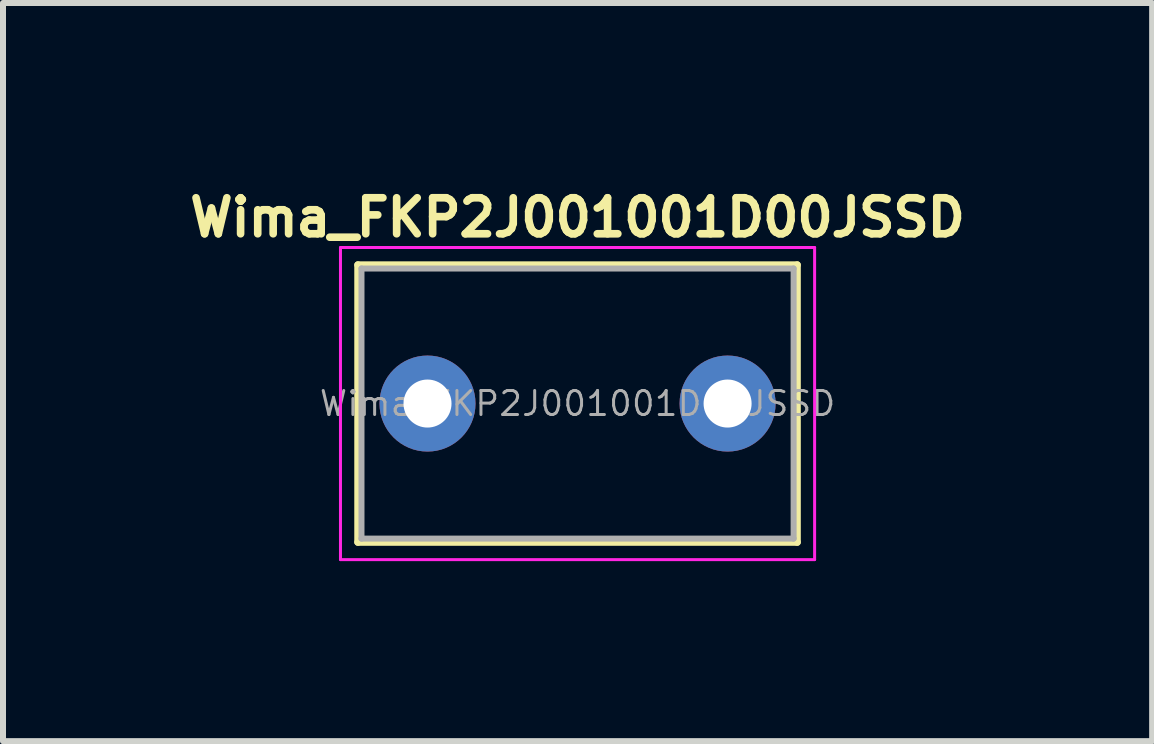
<source format=kicad_pcb>
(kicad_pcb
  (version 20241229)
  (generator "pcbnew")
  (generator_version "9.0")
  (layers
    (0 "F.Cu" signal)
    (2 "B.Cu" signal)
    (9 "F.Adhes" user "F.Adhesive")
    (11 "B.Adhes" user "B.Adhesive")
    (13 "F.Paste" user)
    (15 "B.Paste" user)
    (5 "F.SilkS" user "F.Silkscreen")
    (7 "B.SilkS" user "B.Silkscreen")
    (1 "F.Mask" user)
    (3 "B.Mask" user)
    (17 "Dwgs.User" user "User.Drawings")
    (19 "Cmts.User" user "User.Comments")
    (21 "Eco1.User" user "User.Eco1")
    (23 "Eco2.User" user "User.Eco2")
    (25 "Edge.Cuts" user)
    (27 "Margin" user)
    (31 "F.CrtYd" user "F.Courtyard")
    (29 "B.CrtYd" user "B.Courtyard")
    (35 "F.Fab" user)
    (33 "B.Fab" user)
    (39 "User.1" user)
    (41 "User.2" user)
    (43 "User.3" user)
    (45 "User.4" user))
  (footprint "Wima_FKP2J001001D00JSSD"
    (layer "F.Cu")
    (at 6.573 3.674)
    (property "Reference" "Wima_FKP2J001001D00JSSD" (at 0 -3.1 0) (layer "F.SilkS") (effects (font (size 0.6 0.6) (thickness 0.127))))
    (attr through_hole)
    (fp_line (start -3.66 -2.31) (end -3.66 2.31) (stroke (width 0.12) (type solid)) (layer "F.SilkS"))
    (fp_line (start -3.66 -2.31) (end 3.66 -2.31) (stroke (width 0.12) (type solid)) (layer "F.SilkS"))
    (fp_line (start -3.66 2.31) (end 3.66 2.31) (stroke (width 0.12) (type solid)) (layer "F.SilkS"))
    (fp_line (start 3.66 -2.31) (end 3.66 2.31) (stroke (width 0.12) (type solid)) (layer "F.SilkS"))
    (fp_line (start -3.95 -2.6) (end -3.95 2.6) (stroke (width 0.05) (type solid)) (layer "F.CrtYd"))
    (fp_line (start -3.95 2.6) (end 3.95 2.6) (stroke (width 0.05) (type solid)) (layer "F.CrtYd"))
    (fp_line (start 3.95 -2.6) (end -3.95 -2.6) (stroke (width 0.05) (type solid)) (layer "F.CrtYd"))
    (fp_line (start 3.95 2.6) (end 3.95 -2.6) (stroke (width 0.05) (type solid)) (layer "F.CrtYd"))
    (fp_line (start -3.6 -2.25) (end -3.6 2.25) (stroke (width 0.1) (type solid)) (layer "F.Fab"))
    (fp_line (start -3.6 2.25) (end 3.6 2.25) (stroke (width 0.1) (type solid)) (layer "F.Fab"))
    (fp_line (start 3.6 -2.25) (end -3.6 -2.25) (stroke (width 0.1) (type solid)) (layer "F.Fab"))
    (fp_line (start 3.6 2.25) (end 3.6 -2.25) (stroke (width 0.1) (type solid)) (layer "F.Fab"))
    (fp_text user "${REFERENCE}" (at 0 0 0) (layer "F.Fab") (effects (font (size 0.4 0.4) (thickness 0.05))))
    (pad "1" thru_hole circle (at -2.5 0) (size 1.6 1.6) (drill 0.8) (layers "*.Cu" "*.Mask"))
    (pad "2" thru_hole circle (at 2.5 0) (size 1.6 1.6) (drill 0.8) (layers "*.Cu" "*.Mask")))
  (gr_rect
    (start -3 -3)
    (end 16.147 9.299)
    (stroke (width 0.1) (type default))
    (fill no)
    (layer "Edge.Cuts")))
</source>
